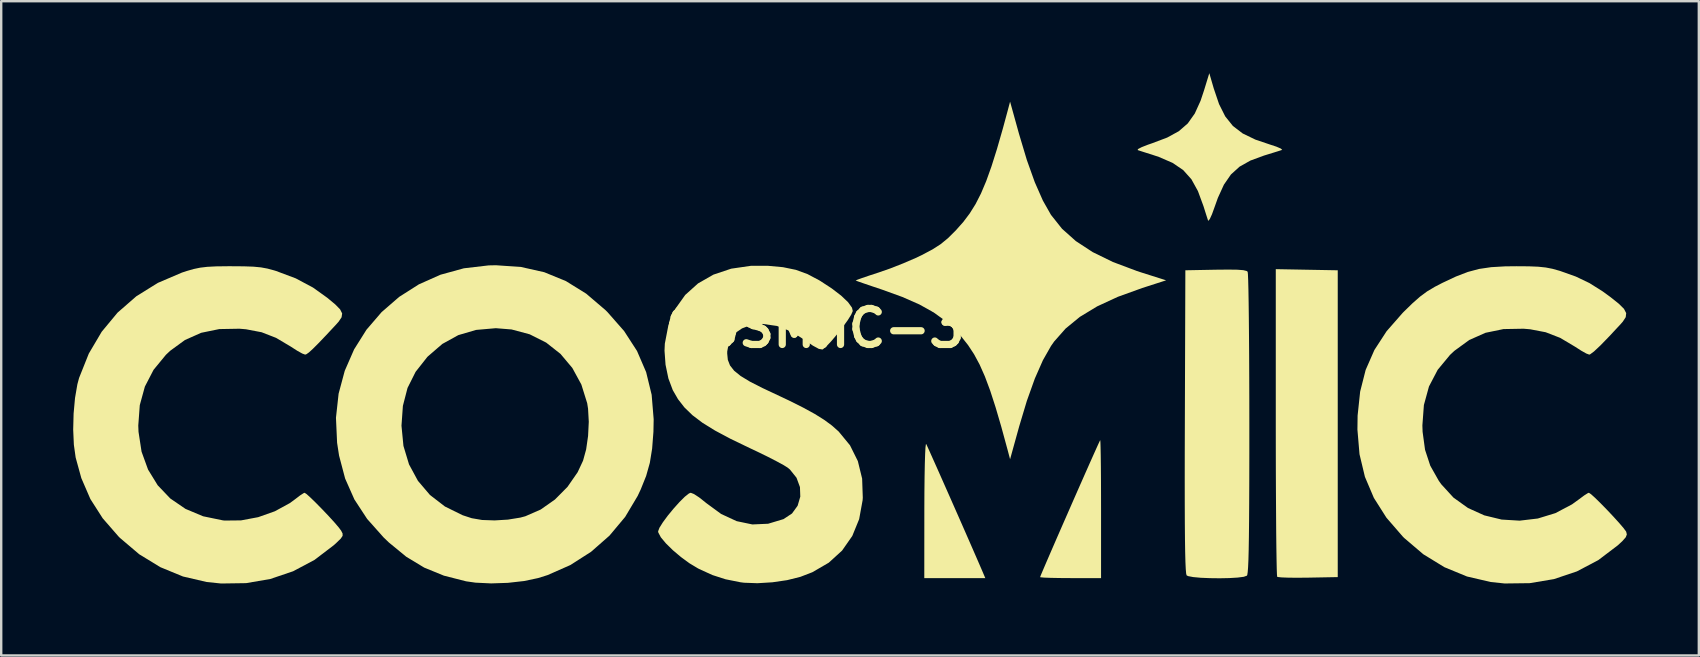
<source format=kicad_pcb>
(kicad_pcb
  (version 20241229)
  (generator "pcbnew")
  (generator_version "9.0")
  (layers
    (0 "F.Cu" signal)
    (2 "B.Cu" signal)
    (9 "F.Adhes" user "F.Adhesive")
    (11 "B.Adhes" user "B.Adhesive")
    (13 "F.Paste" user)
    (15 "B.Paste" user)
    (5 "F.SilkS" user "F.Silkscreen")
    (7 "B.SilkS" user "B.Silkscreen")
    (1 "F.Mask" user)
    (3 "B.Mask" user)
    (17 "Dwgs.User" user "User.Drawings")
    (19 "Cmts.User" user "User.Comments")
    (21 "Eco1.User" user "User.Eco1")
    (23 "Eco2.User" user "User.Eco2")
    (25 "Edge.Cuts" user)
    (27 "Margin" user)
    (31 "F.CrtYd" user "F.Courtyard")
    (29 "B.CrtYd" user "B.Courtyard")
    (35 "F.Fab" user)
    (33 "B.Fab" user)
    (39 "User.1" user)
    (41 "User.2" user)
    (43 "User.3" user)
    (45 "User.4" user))
  (footprint "COSMiiC-300"
    (layer "F.Cu")
    (at 32.333 10.626)
    (property "Reference" "COSMiiC-300" (at 0 0 0) (layer "F.SilkS") (effects (font (size 1.5 1.5) (thickness 0.3))))
    (attr board_only exclude_from_pos_files exclude_from_bom)
    (fp_poly (pts (xy 19.071 -2.436) (xy 20.362 -2.413) (xy 20.362 3.979) (xy 20.362 10.372) (xy 19.13 10.395) (xy 18.689 10.399) (xy 18.309 10.396) (xy 18.023 10.385) (xy 17.862 10.368) (xy 17.839 10.36) (xy 17.829 10.268) (xy 17.82 10.019) (xy 17.812 9.628) (xy 17.804 9.108) (xy 17.797 8.47) (xy 17.792 7.73) (xy 17.787 6.9) (xy 17.783 5.992) (xy 17.781 5.021) (xy 17.78 4) (xy 17.78 3.921) (xy 17.78 -2.46)) (stroke (width 0) (type solid)) (fill yes) (layer "F.SilkS"))
    (fp_poly (pts (xy 3.259 4.925) (xy 3.364 5.157) (xy 3.517 5.499) (xy 3.71 5.931) (xy 3.931 6.43) (xy 4.172 6.974) (xy 4.422 7.541) (xy 4.672 8.108) (xy 4.912 8.655) (xy 5.132 9.158) (xy 5.323 9.596) (xy 5.475 9.946) (xy 5.558 10.139) (xy 5.675 10.414) (xy 4.404 10.414) (xy 3.133 10.414) (xy 3.135 7.556) (xy 3.138 6.829) (xy 3.145 6.192) (xy 3.155 5.66) (xy 3.168 5.246) (xy 3.183 4.965) (xy 3.201 4.832) (xy 3.212 4.826)) (stroke (width 0) (type solid)) (fill yes) (layer "F.SilkS"))
    (fp_poly (pts (xy 10.472 4.737) (xy 10.479 4.96) (xy 10.486 5.314) (xy 10.492 5.781) (xy 10.496 6.34) (xy 10.498 6.974) (xy 10.499 7.521) (xy 10.499 10.414) (xy 9.229 10.414) (xy 8.787 10.411) (xy 8.412 10.404) (xy 8.133 10.394) (xy 7.979 10.38) (xy 7.959 10.373) (xy 7.991 10.288) (xy 8.084 10.069) (xy 8.226 9.737) (xy 8.409 9.314) (xy 8.623 8.821) (xy 8.86 8.278) (xy 9.11 7.708) (xy 9.363 7.13) (xy 9.611 6.567) (xy 9.844 6.039) (xy 10.053 5.568) (xy 10.229 5.174) (xy 10.362 4.879) (xy 10.443 4.704) (xy 10.464 4.664)) (stroke (width 0) (type solid)) (fill yes) (layer "F.SilkS"))
    (fp_poly (pts (xy 15.195 -9.991) (xy 15.416 -9.338) (xy 15.673 -8.826) (xy 15.993 -8.427) (xy 16.402 -8.114) (xy 16.929 -7.859) (xy 17.526 -7.657) (xy 17.805 -7.565) (xy 17.988 -7.486) (xy 18.046 -7.434) (xy 18.034 -7.426) (xy 17.895 -7.381) (xy 17.644 -7.303) (xy 17.333 -7.207) (xy 17.29 -7.194) (xy 16.722 -6.985) (xy 16.271 -6.731) (xy 15.912 -6.406) (xy 15.619 -5.982) (xy 15.367 -5.431) (xy 15.227 -5.039) (xy 15.122 -4.749) (xy 15.032 -4.552) (xy 14.972 -4.476) (xy 14.958 -4.487) (xy 14.91 -4.635) (xy 14.831 -4.882) (xy 14.769 -5.08) (xy 14.536 -5.713) (xy 14.264 -6.206) (xy 13.922 -6.588) (xy 13.481 -6.888) (xy 12.914 -7.134) (xy 12.615 -7.234) (xy 12.337 -7.321) (xy 12.113 -7.393) (xy 12.023 -7.423) (xy 12.04 -7.465) (xy 12.192 -7.544) (xy 12.449 -7.645) (xy 12.632 -7.708) (xy 13.256 -7.944) (xy 13.74 -8.209) (xy 14.113 -8.533) (xy 14.405 -8.946) (xy 14.646 -9.477) (xy 14.789 -9.906) (xy 15.01 -10.626)) (stroke (width 0) (type solid)) (fill yes) (layer "F.SilkS"))
    (fp_poly (pts (xy 16.177 -2.437) (xy 16.425 -2.418) (xy 16.564 -2.385) (xy 16.608 -2.352) (xy 16.619 -2.251) (xy 16.63 -1.995) (xy 16.64 -1.597) (xy 16.649 -1.07) (xy 16.657 -0.427) (xy 16.664 0.317) (xy 16.67 1.149) (xy 16.674 2.056) (xy 16.677 3.024) (xy 16.678 3.984) (xy 16.678 5.231) (xy 16.676 6.318) (xy 16.672 7.253) (xy 16.667 8.045) (xy 16.66 8.702) (xy 16.651 9.234) (xy 16.64 9.649) (xy 16.626 9.956) (xy 16.61 10.164) (xy 16.592 10.28) (xy 16.578 10.312) (xy 16.448 10.359) (xy 16.19 10.392) (xy 15.842 10.413) (xy 15.445 10.421) (xy 15.035 10.416) (xy 14.653 10.4) (xy 14.337 10.371) (xy 14.127 10.331) (xy 14.064 10.299) (xy 14.045 10.223) (xy 14.029 10.041) (xy 14.015 9.745) (xy 14.004 9.329) (xy 13.996 8.786) (xy 13.99 8.109) (xy 13.987 7.29) (xy 13.986 6.324) (xy 13.987 5.202) (xy 13.991 3.918) (xy 13.991 3.885) (xy 14.012 -2.413) (xy 15.276 -2.437) (xy 15.801 -2.442)) (stroke (width 0) (type solid)) (fill yes) (layer "F.SilkS"))
    (fp_poly (pts (xy 7.079 -8.102) (xy 7.405 -7.013) (xy 7.737 -6.084) (xy 8.074 -5.319) (xy 8.413 -4.721) (xy 8.415 -4.719) (xy 8.873 -4.143) (xy 9.448 -3.63) (xy 10.151 -3.17) (xy 10.994 -2.758) (xy 11.989 -2.384) (xy 12.203 -2.314) (xy 13.21 -1.995) (xy 12.214 -1.674) (xy 11.198 -1.307) (xy 10.337 -0.909) (xy 9.616 -0.472) (xy 9.024 0.013) (xy 8.546 0.553) (xy 8.415 0.739) (xy 8.075 1.337) (xy 7.739 2.1) (xy 7.407 3.028) (xy 7.08 4.117) (xy 7.079 4.123) (xy 6.708 5.461) (xy 6.607 5.08) (xy 6.343 4.112) (xy 6.102 3.29) (xy 5.877 2.596) (xy 5.658 2.01) (xy 5.437 1.512) (xy 5.206 1.084) (xy 4.957 0.705) (xy 4.681 0.356) (xy 4.461 0.112) (xy 4.024 -0.296) (xy 3.522 -0.658) (xy 2.931 -0.988) (xy 2.224 -1.299) (xy 1.375 -1.607) (xy 1.339 -1.619) (xy 0.949 -1.75) (xy 0.621 -1.862) (xy 0.387 -1.943) (xy 0.278 -1.984) (xy 0.274 -1.986) (xy 0.34 -2.018) (xy 0.538 -2.09) (xy 0.837 -2.192) (xy 1.207 -2.313) (xy 1.224 -2.318) (xy 1.719 -2.491) (xy 2.263 -2.705) (xy 2.773 -2.925) (xy 3.033 -3.049) (xy 3.473 -3.282) (xy 3.813 -3.5) (xy 4.115 -3.747) (xy 4.436 -4.065) (xy 4.454 -4.084) (xy 4.756 -4.424) (xy 5.024 -4.779) (xy 5.268 -5.169) (xy 5.495 -5.613) (xy 5.714 -6.131) (xy 5.933 -6.742) (xy 6.161 -7.465) (xy 6.407 -8.32) (xy 6.607 -9.059) (xy 6.708 -9.44)) (stroke (width 0) (type solid)) (fill yes) (layer "F.SilkS"))
    (fp_poly (pts (xy -13.668 -2.55) (xy -12.701 -2.332) (xy -11.801 -1.963) (xy -10.956 -1.439) (xy -10.152 -0.753) (xy -10.075 -0.677) (xy -9.376 0.118) (xy -8.838 0.949) (xy -8.458 1.83) (xy -8.228 2.774) (xy -8.144 3.796) (xy -8.154 4.318) (xy -8.208 5.018) (xy -8.304 5.612) (xy -8.458 6.158) (xy -8.683 6.718) (xy -8.812 6.992) (xy -9.332 7.864) (xy -9.985 8.644) (xy -10.753 9.318) (xy -11.618 9.871) (xy -12.563 10.288) (xy -12.956 10.412) (xy -13.544 10.536) (xy -14.22 10.612) (xy -14.917 10.635) (xy -15.568 10.604) (xy -15.96 10.548) (xy -16.886 10.312) (xy -17.705 9.977) (xy -18.456 9.523) (xy -19.18 8.928) (xy -19.396 8.721) (xy -20.084 7.948) (xy -20.615 7.137) (xy -21.001 6.266) (xy -21.254 5.308) (xy -21.336 4.775) (xy -21.368 4.064) (xy -18.653 4.064) (xy -18.571 4.906) (xy -18.339 5.675) (xy -17.968 6.36) (xy -17.466 6.95) (xy -16.842 7.431) (xy -16.105 7.794) (xy -15.726 7.918) (xy -15.295 7.992) (xy -14.771 8.01) (xy -14.218 7.977) (xy -13.701 7.893) (xy -13.492 7.837) (xy -12.854 7.558) (xy -12.258 7.14) (xy -11.734 6.611) (xy -11.312 6.002) (xy -11.087 5.522) (xy -10.958 5.053) (xy -10.877 4.49) (xy -10.848 3.9) (xy -10.878 3.355) (xy -10.914 3.127) (xy -11.157 2.348) (xy -11.533 1.658) (xy -12.027 1.071) (xy -12.624 0.6) (xy -13.308 0.256) (xy -14.065 0.053) (xy -14.722 0) (xy -15.545 0.072) (xy -16.285 0.289) (xy -16.952 0.657) (xy -17.557 1.179) (xy -17.581 1.205) (xy -18.065 1.819) (xy -18.401 2.49) (xy -18.594 3.236) (xy -18.653 4.064) (xy -21.368 4.064) (xy -21.383 3.733) (xy -21.273 2.729) (xy -21.017 1.775) (xy -20.627 0.883) (xy -20.112 0.064) (xy -19.483 -0.668) (xy -18.753 -1.302) (xy -17.93 -1.826) (xy -17.027 -2.228) (xy -16.053 -2.496) (xy -15.02 -2.617) (xy -14.714 -2.623)) (stroke (width 0) (type solid)) (fill yes) (layer "F.SilkS"))
    (fp_poly (pts (xy -25.218 -2.578) (xy -24.823 -2.564) (xy -24.511 -2.534) (xy -24.238 -2.484) (xy -23.961 -2.409) (xy -23.879 -2.384) (xy -23.058 -2.076) (xy -22.34 -1.693) (xy -21.749 -1.27) (xy -21.416 -0.994) (xy -21.211 -0.785) (xy -21.125 -0.615) (xy -21.149 -0.454) (xy -21.272 -0.271) (xy -21.384 -0.145) (xy -21.799 0.299) (xy -22.115 0.63) (xy -22.347 0.862) (xy -22.508 1.009) (xy -22.614 1.084) (xy -22.668 1.101) (xy -22.789 1.056) (xy -23.002 0.937) (xy -23.26 0.771) (xy -23.263 0.769) (xy -23.879 0.403) (xy -24.481 0.169) (xy -25.132 0.045) (xy -25.404 0.022) (xy -26.245 0.037) (xy -26.999 0.192) (xy -27.677 0.493) (xy -28.292 0.942) (xy -28.47 1.11) (xy -28.984 1.735) (xy -29.346 2.433) (xy -29.558 3.206) (xy -29.621 4.058) (xy -29.611 4.318) (xy -29.484 5.146) (xy -29.213 5.893) (xy -28.811 6.547) (xy -28.287 7.096) (xy -27.653 7.53) (xy -26.919 7.838) (xy -26.096 8.008) (xy -26.018 8.016) (xy -25.339 8.009) (xy -24.624 7.875) (xy -23.929 7.629) (xy -23.306 7.289) (xy -23.081 7.124) (xy -22.88 6.97) (xy -22.731 6.874) (xy -22.689 6.858) (xy -22.603 6.916) (xy -22.431 7.072) (xy -22.201 7.297) (xy -21.942 7.561) (xy -21.681 7.836) (xy -21.446 8.094) (xy -21.265 8.306) (xy -21.167 8.438) (xy -21.107 8.556) (xy -21.106 8.654) (xy -21.185 8.77) (xy -21.363 8.943) (xy -21.477 9.046) (xy -22.282 9.659) (xy -23.169 10.129) (xy -24.123 10.452) (xy -25.129 10.624) (xy -26.17 10.639) (xy -26.771 10.577) (xy -27.759 10.347) (xy -28.701 9.959) (xy -29.581 9.421) (xy -30.382 8.741) (xy -30.438 8.686) (xy -31.104 7.921) (xy -31.617 7.119) (xy -31.994 6.248) (xy -32.23 5.391) (xy -32.305 4.858) (xy -32.333 4.228) (xy -32.316 3.56) (xy -32.257 2.911) (xy -32.159 2.339) (xy -32.088 2.074) (xy -31.682 1.057) (xy -31.145 0.148) (xy -30.483 -0.65) (xy -29.702 -1.33) (xy -28.807 -1.887) (xy -27.802 -2.317) (xy -27.598 -2.384) (xy -27.312 -2.466) (xy -27.043 -2.522) (xy -26.746 -2.557) (xy -26.378 -2.576) (xy -25.895 -2.582) (xy -25.739 -2.582)) (stroke (width 0) (type solid)) (fill yes) (layer "F.SilkS"))
    (fp_poly (pts (xy 28.328 -2.578) (xy 28.719 -2.562) (xy 29.031 -2.529) (xy 29.309 -2.475) (xy 29.598 -2.394) (xy 29.631 -2.384) (xy 30.285 -2.151) (xy 30.851 -1.88) (xy 31.404 -1.532) (xy 31.725 -1.298) (xy 32.073 -1.02) (xy 32.289 -0.807) (xy 32.382 -0.629) (xy 32.363 -0.46) (xy 32.243 -0.275) (xy 32.162 -0.182) (xy 31.682 0.334) (xy 31.309 0.718) (xy 31.04 0.97) (xy 30.878 1.09) (xy 30.842 1.101) (xy 30.72 1.056) (xy 30.508 0.937) (xy 30.249 0.771) (xy 30.246 0.769) (xy 29.631 0.403) (xy 29.028 0.169) (xy 28.377 0.045) (xy 28.106 0.022) (xy 27.269 0.037) (xy 26.519 0.192) (xy 25.842 0.492) (xy 25.222 0.944) (xy 25.039 1.115) (xy 24.527 1.734) (xy 24.164 2.428) (xy 23.952 3.201) (xy 23.889 4.052) (xy 23.898 4.318) (xy 24 5.068) (xy 24.218 5.731) (xy 24.571 6.356) (xy 24.675 6.503) (xy 25.185 7.06) (xy 25.79 7.493) (xy 26.467 7.799) (xy 27.192 7.975) (xy 27.944 8.02) (xy 28.698 7.931) (xy 29.433 7.706) (xy 30.124 7.341) (xy 30.428 7.121) (xy 30.632 6.969) (xy 30.783 6.874) (xy 30.827 6.858) (xy 30.916 6.917) (xy 31.089 7.073) (xy 31.32 7.3) (xy 31.581 7.567) (xy 31.844 7.846) (xy 32.082 8.108) (xy 32.268 8.325) (xy 32.374 8.468) (xy 32.383 8.485) (xy 32.409 8.596) (xy 32.364 8.712) (xy 32.226 8.869) (xy 32.029 9.051) (xy 31.219 9.665) (xy 30.327 10.135) (xy 29.37 10.456) (xy 28.361 10.625) (xy 27.317 10.638) (xy 26.738 10.577) (xy 25.748 10.347) (xy 24.806 9.959) (xy 23.928 9.421) (xy 23.129 8.741) (xy 23.072 8.683) (xy 22.391 7.897) (xy 21.868 7.073) (xy 21.495 6.196) (xy 21.269 5.251) (xy 21.182 4.223) (xy 21.19 3.641) (xy 21.296 2.641) (xy 21.525 1.739) (xy 21.889 0.909) (xy 22.398 0.126) (xy 23.066 -0.636) (xy 23.11 -0.681) (xy 23.485 -1.046) (xy 23.795 -1.318) (xy 24.084 -1.532) (xy 24.4 -1.721) (xy 24.723 -1.888) (xy 25.287 -2.153) (xy 25.78 -2.343) (xy 26.252 -2.469) (xy 26.756 -2.543) (xy 27.341 -2.577) (xy 27.813 -2.582)) (stroke (width 0) (type solid)) (fill yes) (layer "F.SilkS"))
    (fp_poly (pts (xy -2.755 -2.542) (xy -2.221 -2.432) (xy -1.737 -2.256) (xy -1.244 -1.995) (xy -1.204 -1.971) (xy -0.725 -1.658) (xy -0.333 -1.358) (xy -0.045 -1.085) (xy 0.12 -0.856) (xy 0.153 -0.715) (xy 0.088 -0.564) (xy -0.062 -0.327) (xy -0.27 -0.04) (xy -0.505 0.26) (xy -0.74 0.538) (xy -0.945 0.756) (xy -1.091 0.878) (xy -1.113 0.888) (xy -1.262 0.862) (xy -1.512 0.726) (xy -1.801 0.523) (xy -2.407 0.14) (xy -3.012 -0.094) (xy -3.6 -0.178) (xy -4.155 -0.108) (xy -4.463 0.009) (xy -4.801 0.24) (xy -5.001 0.551) (xy -5.078 0.965) (xy -5.08 1.054) (xy -5.054 1.318) (xy -4.963 1.552) (xy -4.791 1.772) (xy -4.521 1.991) (xy -4.134 2.226) (xy -3.615 2.491) (xy -3.24 2.667) (xy -2.508 3.012) (xy -1.911 3.311) (xy -1.429 3.575) (xy -1.039 3.819) (xy -0.718 4.055) (xy -0.446 4.296) (xy -0.436 4.305) (xy 0.037 4.88) (xy 0.364 5.538) (xy 0.543 6.269) (xy 0.57 7.063) (xy 0.563 7.168) (xy 0.419 7.957) (xy 0.132 8.659) (xy -0.293 9.267) (xy -0.848 9.772) (xy -1.529 10.168) (xy -2.032 10.362) (xy -2.581 10.499) (xy -3.2 10.589) (xy -3.821 10.627) (xy -4.376 10.607) (xy -4.53 10.587) (xy -5.152 10.462) (xy -5.695 10.287) (xy -6.248 10.035) (xy -6.307 10.004) (xy -6.653 9.796) (xy -7.008 9.536) (xy -7.344 9.252) (xy -7.633 8.968) (xy -7.845 8.714) (xy -7.951 8.514) (xy -7.959 8.466) (xy -7.904 8.317) (xy -7.76 8.088) (xy -7.555 7.81) (xy -7.315 7.519) (xy -7.069 7.245) (xy -6.846 7.023) (xy -6.673 6.886) (xy -6.6 6.858) (xy -6.464 6.911) (xy -6.248 7.052) (xy -5.996 7.251) (xy -5.964 7.279) (xy -5.333 7.741) (xy -4.686 8.041) (xy -4.031 8.178) (xy -3.375 8.149) (xy -2.733 7.956) (xy -2.379 7.721) (xy -2.145 7.398) (xy -2.034 7.02) (xy -2.048 6.621) (xy -2.191 6.233) (xy -2.465 5.891) (xy -2.561 5.811) (xy -2.73 5.705) (xy -3.021 5.547) (xy -3.4 5.352) (xy -3.837 5.139) (xy -4.149 4.992) (xy -4.939 4.611) (xy -5.586 4.266) (xy -6.11 3.942) (xy -6.529 3.625) (xy -6.863 3.301) (xy -7.131 2.956) (xy -7.348 2.58) (xy -7.53 2.095) (xy -7.649 1.523) (xy -7.692 0.938) (xy -7.679 0.646) (xy -7.531 -0.123) (xy -7.244 -0.803) (xy -6.829 -1.386) (xy -6.296 -1.865) (xy -5.654 -2.232) (xy -4.914 -2.48) (xy -4.085 -2.6) (xy -3.397 -2.601)) (stroke (width 0) (type solid)) (fill yes) (layer "F.SilkS")))
  (gr_rect
    (start -3 -3)
    (end 67.742 24.265)
    (stroke (width 0.1) (type default))
    (fill no)
    (layer "Edge.Cuts")))
</source>
